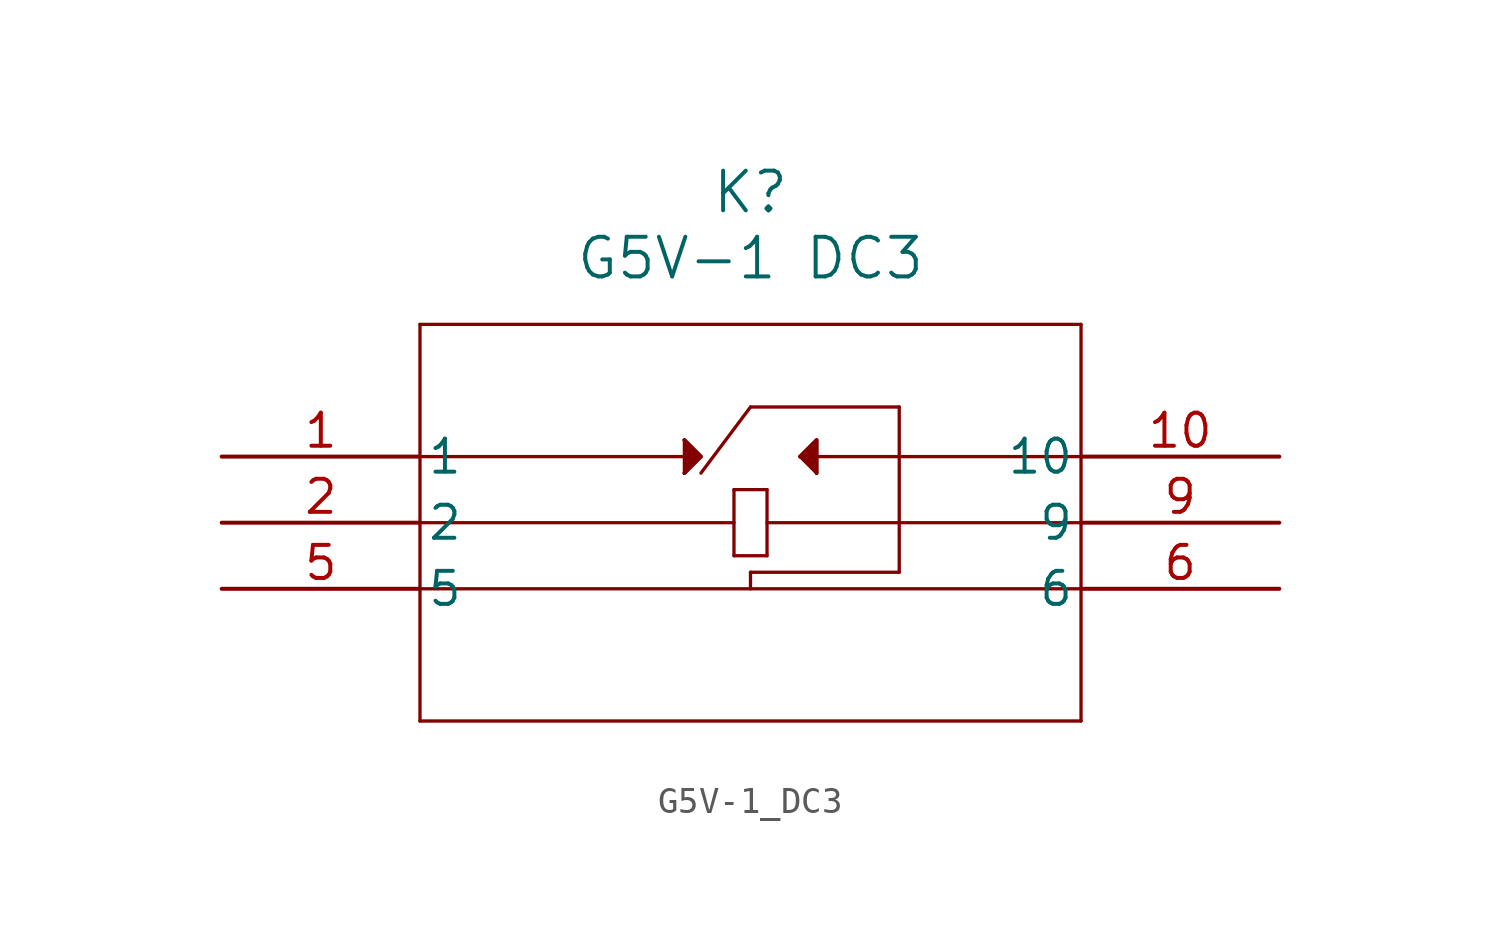
<source format=kicad_sym>
(kicad_symbol_lib
  (version 20211014)
  (generator kicad_symbol_editor)
  (symbol "G5V-1_DC3"
    (pin_names
      (offset 0.254))
    (property "Reference" "K"
      (at 20.32 10.16 0)
      (effects (font (size 1.524 1.524))))
    (property "Value" "G5V-1 DC3"
      (at 20.32 7.62 0)
      (effects (font (size 1.524 1.524))))
    (symbol "G5V-1_DC3_0_1"
      (polyline (pts (xy 7.62 5.08) (xy 7.62 -10.16)) (stroke (width 0.127) (type default) (color 0 0 0 0)) (fill (type none)))
      (polyline (pts (xy 7.62 -10.16) (xy 33.02 -10.16)) (stroke (width 0.127) (type default) (color 0 0 0 0)) (fill (type none)))
      (polyline (pts (xy 33.02 -10.16) (xy 33.02 5.08)) (stroke (width 0.127) (type default) (color 0 0 0 0)) (fill (type none)))
      (polyline (pts (xy 33.02 5.08) (xy 7.62 5.08)) (stroke (width 0.127) (type default) (color 0 0 0 0)) (fill (type none)))
      (polyline (pts (xy 7.62 -5.08) (xy 33.02 -5.08)) (stroke (width 0.127) (type default) (color 0 0 0 0)) (fill (type none)))
      (polyline (pts (xy 7.62 -2.54) (xy 19.685 -2.54)) (stroke (width 0.127) (type default) (color 0 0 0 0)) (fill (type none)))
      (polyline (pts (xy 20.955 -2.54) (xy 33.02 -2.54)) (stroke (width 0.127) (type default) (color 0 0 0 0)) (fill (type none)))
      (polyline (pts (xy 19.685 -1.27) (xy 20.955 -1.27)) (stroke (width 0.127) (type default) (color 0 0 0 0)) (fill (type none)))
      (polyline (pts (xy 19.685 -3.81) (xy 20.955 -3.81)) (stroke (width 0.127) (type default) (color 0 0 0 0)) (fill (type none)))
      (polyline (pts (xy 20.955 -3.81) (xy 20.955 -1.27)) (stroke (width 0.127) (type default) (color 0 0 0 0)) (fill (type none)))
      (polyline (pts (xy 19.685 -1.27) (xy 19.685 -3.81)) (stroke (width 0.127) (type default) (color 0 0 0 0)) (fill (type none)))
      (polyline (pts (xy 18.415 0) (xy 17.78 0.635)) (stroke (width 0.127) (type default) (color 0 0 0 0)) (fill (type none)))
      (polyline (pts (xy 17.78 -0.635) (xy 17.78 0.635)) (stroke (width 0.127) (type default) (color 0 0 0 0)) (fill (type none)))
      (polyline (pts (xy 17.78 -0.635) (xy 18.415 0)) (stroke (width 0.127) (type default) (color 0 0 0 0)) (fill (type none)))
      (polyline (pts (xy 22.225 0) (xy 22.86 0.635)) (stroke (width 0.127) (type default) (color 0 0 0 0)) (fill (type none)))
      (polyline (pts (xy 22.86 -0.635) (xy 22.86 0.635)) (stroke (width 0.127) (type default) (color 0 0 0 0)) (fill (type none)))
      (polyline (pts (xy 22.225 0) (xy 22.86 -0.635)) (stroke (width 0.127) (type default) (color 0 0 0 0)) (fill (type none)))
      (polyline (pts (xy 18.415 -0.635) (xy 20.32 1.905)) (stroke (width 0.127) (type default) (color 0 0 0 0)) (fill (type none)))
      (polyline (pts (xy 20.32 1.905) (xy 26.035 1.905)) (stroke (width 0.127) (type default) (color 0 0 0 0)) (fill (type none)))
      (polyline (pts (xy 26.035 1.905) (xy 26.035 -4.445)) (stroke (width 0.127) (type default) (color 0 0 0 0)) (fill (type none)))
      (polyline (pts (xy 26.035 -4.445) (xy 20.32 -4.445)) (stroke (width 0.127) (type default) (color 0 0 0 0)) (fill (type none)))
      (polyline (pts (xy 20.32 -4.445) (xy 20.32 -5.08)) (stroke (width 0.127) (type default) (color 0 0 0 0)) (fill (type none)))
      (polyline (pts (xy 22.86 0) (xy 33.02 0)) (stroke (width 0.127) (type default) (color 0 0 0 0)) (fill (type none)))
      (polyline (pts (xy 17.78 0) (xy 7.62 0)) (stroke (width 0.127) (type default) (color 0 0 0 0)) (fill (type none)))
      (polyline (pts (xy 17.78 0.635) (xy 18.415 0) (xy 17.78 -0.635)) (stroke (width 0) (type default) (color 0 0 0 0)) (fill (type outline)))
      (polyline (pts (xy 22.225 0) (xy 22.86 0.635) (xy 22.86 -0.635)) (stroke (width 0) (type default) (color 0 0 0 0)) (fill (type outline)))
      (pin unspecified line (at 0 0 0) (length 7.62) (name "1" (effects (font (size 1.27 1.27)))) (number "1" (effects (font (size 1.27 1.27)))))
      (pin unspecified line (at 0 -2.54 0) (length 7.62) (name "2" (effects (font (size 1.27 1.27)))) (number "2" (effects (font (size 1.27 1.27)))))
      (pin unspecified line (at 0 -5.08 0) (length 7.62) (name "5" (effects (font (size 1.27 1.27)))) (number "5" (effects (font (size 1.27 1.27)))))
      (pin unspecified line (at 40.64 -5.08 180) (length 7.62) (name "6" (effects (font (size 1.27 1.27)))) (number "6" (effects (font (size 1.27 1.27)))))
      (pin unspecified line (at 40.64 -2.54 180) (length 7.62) (name "9" (effects (font (size 1.27 1.27)))) (number "9" (effects (font (size 1.27 1.27)))))
      (pin unspecified line (at 40.64 0 180) (length 7.62) (name "10" (effects (font (size 1.27 1.27)))) (number "10" (effects (font (size 1.27 1.27))))))))
</source>
